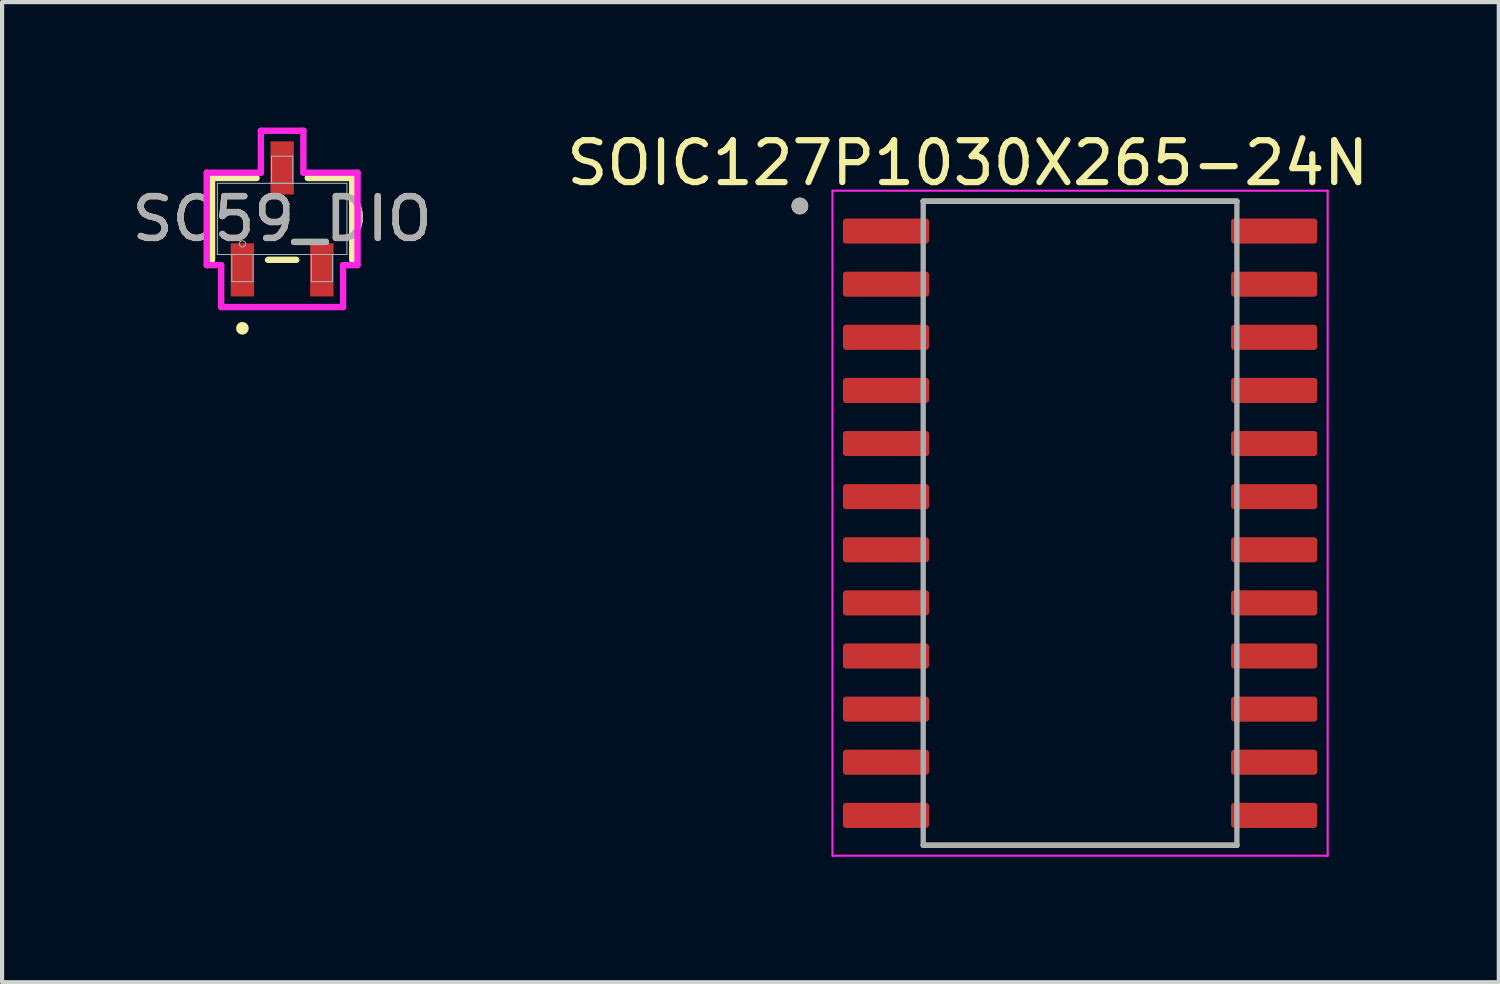
<source format=kicad_pcb>
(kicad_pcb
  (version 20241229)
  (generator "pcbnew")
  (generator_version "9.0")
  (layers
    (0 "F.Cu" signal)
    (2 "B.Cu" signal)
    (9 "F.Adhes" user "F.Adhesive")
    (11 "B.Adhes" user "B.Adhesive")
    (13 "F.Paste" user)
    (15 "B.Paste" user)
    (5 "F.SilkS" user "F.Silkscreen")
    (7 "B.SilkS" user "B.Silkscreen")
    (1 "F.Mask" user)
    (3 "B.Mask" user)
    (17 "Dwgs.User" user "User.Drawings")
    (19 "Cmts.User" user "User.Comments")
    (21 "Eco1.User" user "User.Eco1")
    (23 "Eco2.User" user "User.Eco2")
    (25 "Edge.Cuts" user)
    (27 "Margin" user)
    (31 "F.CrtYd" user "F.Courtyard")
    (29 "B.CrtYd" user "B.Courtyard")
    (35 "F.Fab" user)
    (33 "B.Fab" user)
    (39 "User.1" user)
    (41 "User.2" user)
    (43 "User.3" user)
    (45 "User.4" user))
  (footprint "SOIC127P1030X265-24N"
    (layer "F.Cu")
    (at 22.774 9.46)
    (property "Reference" "SOIC127P1030X265-24N" (at -2.685 -8.612 0) (layer "F.SilkS") (effects (font (size 1 1) (thickness 0.15))))
    (attr smd)
    (fp_line (start -3.75 -7.7) (end 3.75 -7.7) (stroke (width 0.127) (type solid)) (layer "F.SilkS"))
    (fp_line (start -3.75 7.7) (end 3.75 7.7) (stroke (width 0.127) (type solid)) (layer "F.SilkS"))
    (fp_circle (center -6.7 -7.585) (end -6.6 -7.585) (stroke (width 0.2) (type solid)) (fill no) (layer "F.SilkS"))
    (fp_line (start -5.92 -7.95) (end -5.92 7.95) (stroke (width 0.05) (type solid)) (layer "F.CrtYd"))
    (fp_line (start -5.92 -7.95) (end 5.92 -7.95) (stroke (width 0.05) (type solid)) (layer "F.CrtYd"))
    (fp_line (start -5.92 7.95) (end 5.92 7.95) (stroke (width 0.05) (type solid)) (layer "F.CrtYd"))
    (fp_line (start 5.92 -7.95) (end 5.92 7.95) (stroke (width 0.05) (type solid)) (layer "F.CrtYd"))
    (fp_line (start -3.75 -7.7) (end -3.75 7.7) (stroke (width 0.127) (type solid)) (layer "F.Fab"))
    (fp_line (start -3.75 -7.7) (end 3.75 -7.7) (stroke (width 0.127) (type solid)) (layer "F.Fab"))
    (fp_line (start -3.75 7.7) (end 3.75 7.7) (stroke (width 0.127) (type solid)) (layer "F.Fab"))
    (fp_line (start 3.75 -7.7) (end 3.75 7.7) (stroke (width 0.127) (type solid)) (layer "F.Fab"))
    (fp_circle (center -6.7 -7.585) (end -6.6 -7.585) (stroke (width 0.2) (type solid)) (fill no) (layer "F.Fab"))
    (pad "1" smd roundrect (at -4.64 -6.985) (size 2.06 0.6) (layers "F.Cu" "F.Mask" "F.Paste") (roundrect_rratio 0.125))
    (pad "2" smd roundrect (at -4.64 -5.715) (size 2.06 0.6) (layers "F.Cu" "F.Mask" "F.Paste") (roundrect_rratio 0.125))
    (pad "3" smd roundrect (at -4.64 -4.445) (size 2.06 0.6) (layers "F.Cu" "F.Mask" "F.Paste") (roundrect_rratio 0.125))
    (pad "4" smd roundrect (at -4.64 -3.175) (size 2.06 0.6) (layers "F.Cu" "F.Mask" "F.Paste") (roundrect_rratio 0.125))
    (pad "5" smd roundrect (at -4.64 -1.905) (size 2.06 0.6) (layers "F.Cu" "F.Mask" "F.Paste") (roundrect_rratio 0.125))
    (pad "6" smd roundrect (at -4.64 -0.635) (size 2.06 0.6) (layers "F.Cu" "F.Mask" "F.Paste") (roundrect_rratio 0.125))
    (pad "7" smd roundrect (at -4.64 0.635) (size 2.06 0.6) (layers "F.Cu" "F.Mask" "F.Paste") (roundrect_rratio 0.125))
    (pad "8" smd roundrect (at -4.64 1.905) (size 2.06 0.6) (layers "F.Cu" "F.Mask" "F.Paste") (roundrect_rratio 0.125))
    (pad "9" smd roundrect (at -4.64 3.175) (size 2.06 0.6) (layers "F.Cu" "F.Mask" "F.Paste") (roundrect_rratio 0.125))
    (pad "10" smd roundrect (at -4.64 4.445) (size 2.06 0.6) (layers "F.Cu" "F.Mask" "F.Paste") (roundrect_rratio 0.125))
    (pad "11" smd roundrect (at -4.64 5.715) (size 2.06 0.6) (layers "F.Cu" "F.Mask" "F.Paste") (roundrect_rratio 0.125))
    (pad "12" smd roundrect (at -4.64 6.985) (size 2.06 0.6) (layers "F.Cu" "F.Mask" "F.Paste") (roundrect_rratio 0.125))
    (pad "13" smd roundrect (at 4.64 6.985) (size 2.06 0.6) (layers "F.Cu" "F.Mask" "F.Paste") (roundrect_rratio 0.125))
    (pad "14" smd roundrect (at 4.64 5.715) (size 2.06 0.6) (layers "F.Cu" "F.Mask" "F.Paste") (roundrect_rratio 0.125))
    (pad "15" smd roundrect (at 4.64 4.445) (size 2.06 0.6) (layers "F.Cu" "F.Mask" "F.Paste") (roundrect_rratio 0.125))
    (pad "16" smd roundrect (at 4.64 3.175) (size 2.06 0.6) (layers "F.Cu" "F.Mask" "F.Paste") (roundrect_rratio 0.125))
    (pad "17" smd roundrect (at 4.64 1.905) (size 2.06 0.6) (layers "F.Cu" "F.Mask" "F.Paste") (roundrect_rratio 0.125))
    (pad "18" smd roundrect (at 4.64 0.635) (size 2.06 0.6) (layers "F.Cu" "F.Mask" "F.Paste") (roundrect_rratio 0.125))
    (pad "19" smd roundrect (at 4.64 -0.635) (size 2.06 0.6) (layers "F.Cu" "F.Mask" "F.Paste") (roundrect_rratio 0.125))
    (pad "20" smd roundrect (at 4.64 -1.905) (size 2.06 0.6) (layers "F.Cu" "F.Mask" "F.Paste") (roundrect_rratio 0.125))
    (pad "21" smd roundrect (at 4.64 -3.175) (size 2.06 0.6) (layers "F.Cu" "F.Mask" "F.Paste") (roundrect_rratio 0.125))
    (pad "22" smd roundrect (at 4.64 -4.445) (size 2.06 0.6) (layers "F.Cu" "F.Mask" "F.Paste") (roundrect_rratio 0.125))
    (pad "23" smd roundrect (at 4.64 -5.715) (size 2.06 0.6) (layers "F.Cu" "F.Mask" "F.Paste") (roundrect_rratio 0.125))
    (pad "24" smd roundrect (at 4.64 -6.985) (size 2.06 0.6) (layers "F.Cu" "F.Mask" "F.Paste") (roundrect_rratio 0.125)))
  (footprint "SC59_DIO"
    (layer "F.Cu")
    (at 3.696 2.184)
    (property "Reference" "SC59_DIO" (at 0 0 0) (unlocked yes) (layer "F.SilkS") (effects (font (size 1 1) (thickness 0.15))))
    (attr smd)
    (fp_line (start -1.676 -0.978) (end -1.676 0.978) (stroke (width 0.152) (type solid)) (layer "F.SilkS"))
    (fp_line (start -0.612 -0.978) (end -1.676 -0.978) (stroke (width 0.152) (type solid)) (layer "F.SilkS"))
    (fp_line (start -0.338 0.978) (end 0.338 0.978) (stroke (width 0.152) (type solid)) (layer "F.SilkS"))
    (fp_line (start 1.676 -0.978) (end 0.612 -0.978) (stroke (width 0.152) (type solid)) (layer "F.SilkS"))
    (fp_line (start 1.676 0.978) (end 1.676 -0.978) (stroke (width 0.152) (type solid)) (layer "F.SilkS"))
    (fp_circle (center -0.95 2.616) (end -0.874 2.616) (stroke (width 0.152) (type solid)) (fill no) (layer "F.SilkS"))
    (fp_line (start -1.803 -1.105) (end -0.508 -1.105) (stroke (width 0.152) (type solid)) (layer "F.CrtYd"))
    (fp_line (start -1.803 1.105) (end -1.803 -1.105) (stroke (width 0.152) (type solid)) (layer "F.CrtYd"))
    (fp_line (start -1.803 1.105) (end -1.458 1.105) (stroke (width 0.152) (type solid)) (layer "F.CrtYd"))
    (fp_line (start -1.458 1.105) (end -1.458 2.108) (stroke (width 0.152) (type solid)) (layer "F.CrtYd"))
    (fp_line (start -1.458 2.108) (end 1.458 2.108) (stroke (width 0.152) (type solid)) (layer "F.CrtYd"))
    (fp_line (start -0.508 -2.108) (end 0.508 -2.108) (stroke (width 0.152) (type solid)) (layer "F.CrtYd"))
    (fp_line (start -0.508 -1.105) (end -0.508 -2.108) (stroke (width 0.152) (type solid)) (layer "F.CrtYd"))
    (fp_line (start 0.508 -1.105) (end 0.508 -2.108) (stroke (width 0.152) (type solid)) (layer "F.CrtYd"))
    (fp_line (start 1.458 1.105) (end 1.458 2.108) (stroke (width 0.152) (type solid)) (layer "F.CrtYd"))
    (fp_line (start 1.803 -1.105) (end 0.508 -1.105) (stroke (width 0.152) (type solid)) (layer "F.CrtYd"))
    (fp_line (start 1.803 -1.105) (end 1.803 1.105) (stroke (width 0.152) (type solid)) (layer "F.CrtYd"))
    (fp_line (start 1.803 1.105) (end 1.458 1.105) (stroke (width 0.152) (type solid)) (layer "F.CrtYd"))
    (fp_line (start -1.549 -0.851) (end -1.549 0.851) (stroke (width 0.025) (type solid)) (layer "F.Fab"))
    (fp_line (start -1.549 0.851) (end 1.549 0.851) (stroke (width 0.025) (type solid)) (layer "F.Fab"))
    (fp_line (start -1.204 0.851) (end -1.204 1.499) (stroke (width 0.025) (type solid)) (layer "F.Fab"))
    (fp_line (start -1.204 1.499) (end -0.696 1.499) (stroke (width 0.025) (type solid)) (layer "F.Fab"))
    (fp_line (start -0.696 0.851) (end -1.204 0.851) (stroke (width 0.025) (type solid)) (layer "F.Fab"))
    (fp_line (start -0.696 1.499) (end -0.696 0.851) (stroke (width 0.025) (type solid)) (layer "F.Fab"))
    (fp_line (start -0.254 -1.499) (end -0.254 -0.851) (stroke (width 0.025) (type solid)) (layer "F.Fab"))
    (fp_line (start -0.254 -0.851) (end 0.254 -0.851) (stroke (width 0.025) (type solid)) (layer "F.Fab"))
    (fp_line (start 0.254 -1.499) (end -0.254 -1.499) (stroke (width 0.025) (type solid)) (layer "F.Fab"))
    (fp_line (start 0.254 -0.851) (end 0.254 -1.499) (stroke (width 0.025) (type solid)) (layer "F.Fab"))
    (fp_line (start 0.696 0.851) (end 0.696 1.499) (stroke (width 0.025) (type solid)) (layer "F.Fab"))
    (fp_line (start 0.696 1.499) (end 1.204 1.499) (stroke (width 0.025) (type solid)) (layer "F.Fab"))
    (fp_line (start 1.204 0.851) (end 0.696 0.851) (stroke (width 0.025) (type solid)) (layer "F.Fab"))
    (fp_line (start 1.204 1.499) (end 1.204 0.851) (stroke (width 0.025) (type solid)) (layer "F.Fab"))
    (fp_line (start 1.549 -0.851) (end -1.549 -0.851) (stroke (width 0.025) (type solid)) (layer "F.Fab"))
    (fp_line (start 1.549 0.851) (end 1.549 -0.851) (stroke (width 0.025) (type solid)) (layer "F.Fab"))
    (fp_circle (center -0.95 0.597) (end -0.874 0.597) (stroke (width 0.025) (type solid)) (fill no) (layer "F.Fab"))
    (fp_text user "${REFERENCE}" (at 0 0 0) (unlocked yes) (layer "F.Fab") (effects (font (size 1 1) (thickness 0.15))))
    (pad "1" smd rect (at -0.95 1.219) (size 0.559 1.27) (layers "F.Cu" "F.Mask" "F.Paste"))
    (pad "2" smd rect (at 0.95 1.219) (size 0.559 1.27) (layers "F.Cu" "F.Mask" "F.Paste"))
    (pad "3" smd rect (at 0 -1.219) (size 0.559 1.27) (layers "F.Cu" "F.Mask" "F.Paste")))
  (gr_rect
    (start -3 -3)
    (end 32.786 20.435)
    (stroke (width 0.1) (type default))
    (fill no)
    (layer "Edge.Cuts")))
</source>
